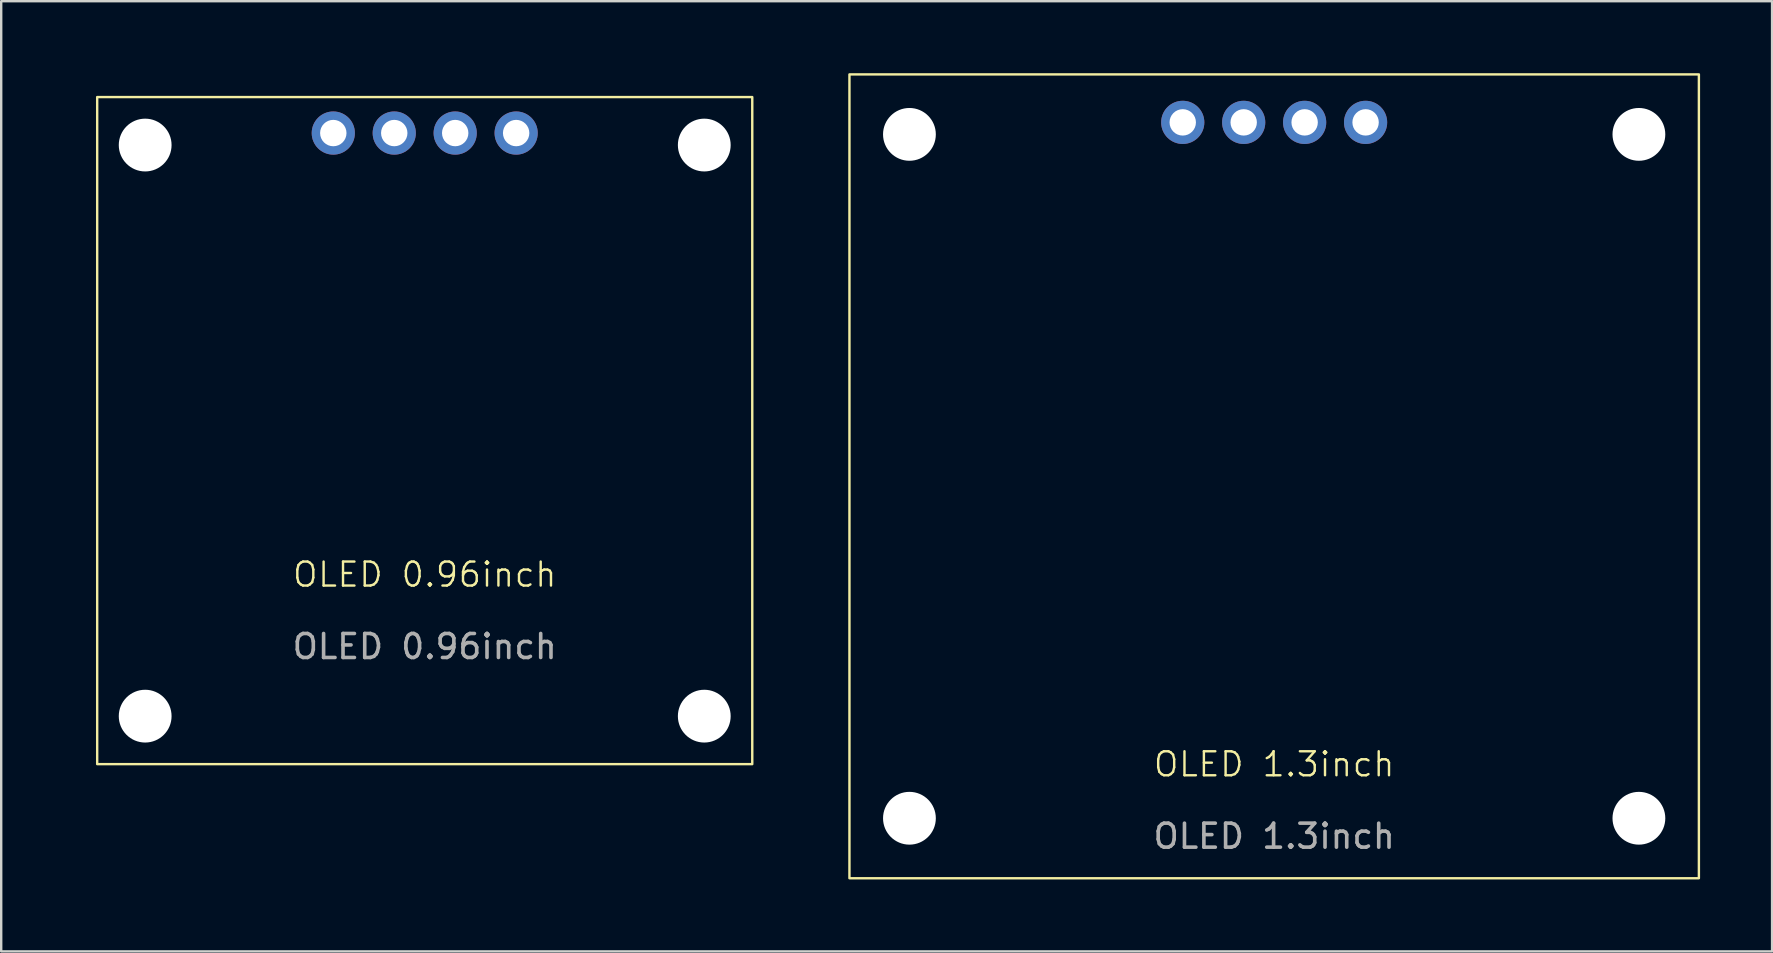
<source format=kicad_pcb>
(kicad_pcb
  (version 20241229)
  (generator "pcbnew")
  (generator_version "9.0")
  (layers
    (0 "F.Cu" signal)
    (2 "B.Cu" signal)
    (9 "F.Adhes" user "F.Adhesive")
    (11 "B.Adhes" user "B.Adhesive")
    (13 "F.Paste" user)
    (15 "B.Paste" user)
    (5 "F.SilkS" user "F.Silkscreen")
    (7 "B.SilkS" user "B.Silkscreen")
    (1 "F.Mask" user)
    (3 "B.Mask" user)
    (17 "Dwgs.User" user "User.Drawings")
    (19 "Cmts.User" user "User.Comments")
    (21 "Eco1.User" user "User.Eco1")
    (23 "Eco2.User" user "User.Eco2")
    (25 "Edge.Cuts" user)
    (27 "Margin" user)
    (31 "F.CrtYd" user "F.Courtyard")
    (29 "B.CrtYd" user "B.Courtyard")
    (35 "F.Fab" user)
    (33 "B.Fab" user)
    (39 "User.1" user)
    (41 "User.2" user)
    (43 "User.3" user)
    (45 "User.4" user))
  (footprint "OLED 0.96inch"
    (layer "F.Cu")
    (at 14.65 14.895)
    (property "Reference" "OLED 0.96inch" (at 0 6 0) (unlocked yes) (layer "F.SilkS") (effects (font (size 1 1) (thickness 0.1))))
    (attr through_hole)
    (fp_rect (start -13.65 -13.9) (end 13.65 13.9) (stroke (width 0.1) (type default)) (fill no) (layer "F.SilkS"))
    (fp_text user "${REFERENCE}" (at 0 9 0) (unlocked yes) (layer "F.Fab") (effects (font (size 1 1) (thickness 0.15))))
    (pad "" np_thru_hole circle (at -11.65 -11.9) (size 2.2 2.2) (drill 2.2) (layers "*.Cu" "*.Mask"))
    (pad "" np_thru_hole circle (at -11.65 11.9) (size 2.2 2.2) (drill 2.2) (layers "*.Cu" "*.Mask"))
    (pad "" np_thru_hole circle (at 11.65 -11.9) (size 2.2 2.2) (drill 2.2) (layers "*.Cu" "*.Mask"))
    (pad "" np_thru_hole circle (at 11.65 11.9) (size 2.2 2.2) (drill 2.2) (layers "*.Cu" "*.Mask"))
    (pad "1" thru_hole circle (at -3.81 -12.4) (size 1.8 1.8) (drill 1.1) (layers "*.Cu" "*.Mask"))
    (pad "2" thru_hole circle (at -1.27 -12.4) (size 1.8 1.8) (drill 1.1) (layers "*.Cu" "*.Mask"))
    (pad "3" thru_hole circle (at 1.27 -12.4) (size 1.8 1.8) (drill 1.1) (layers "*.Cu" "*.Mask"))
    (pad "4" thru_hole circle (at 3.81 -12.4) (size 1.8 1.8) (drill 1.1) (layers "*.Cu" "*.Mask"))
    (zone (net_name "") (layer "B.Cu") (hatch edge 0.5) (connect_pads) (min_thickness 0.25) (filled_areas_thickness no) (keepout (tracks not_allowed) (vias not_allowed) (pads not_allowed) (copperpour not_allowed) (footprints allowed)) (placement (enabled no)) (fill) (polygon (pts (xy 6 2.995) (xy 5.98 2.647) (xy 5.919 2.303) (xy 5.819 1.969) (xy 5.681 1.649) (xy 5.506 1.346) (xy 5.298 1.067) (xy 5.059 0.813) (xy 4.791 0.589) (xy 4.5 0.397) (xy 4.188 0.24) (xy 3.86 0.121) (xy 3.521 0.041) (xy 3.174 0) (xy 2.826 0) (xy 2.479 0.041) (xy 2.14 0.121) (xy 1.812 0.24) (xy 1.5 0.397) (xy 1.209 0.589) (xy 0.941 0.813) (xy 0.702 1.067) (xy 0.494 1.346) (xy 0.319 1.649) (xy 0.181 1.969) (xy 0.081 2.303) (xy 0.02 2.647) (xy 0 2.995) (xy 0.02 3.343) (xy 0.081 3.687) (xy 0.181 4.021) (xy 0.319 4.341) (xy 0.494 4.643) (xy 0.702 4.923) (xy 0.941 5.177) (xy 1.209 5.401) (xy 1.5 5.593) (xy 1.812 5.75) (xy 2.14 5.869) (xy 2.479 5.949) (xy 2.826 5.99) (xy 3.174 5.99) (xy 3.521 5.949) (xy 3.86 5.869) (xy 4.188 5.75) (xy 4.5 5.593) (xy 4.791 5.401) (xy 5.059 5.177) (xy 5.298 4.923) (xy 5.506 4.643) (xy 5.681 4.341) (xy 5.819 4.021) (xy 5.919 3.687) (xy 5.98 3.343))))
    (zone (net_name "") (layer "B.Cu") (hatch edge 0.5) (connect_pads) (min_thickness 0.25) (filled_areas_thickness no) (keepout (tracks not_allowed) (vias not_allowed) (pads not_allowed) (copperpour not_allowed) (footprints allowed)) (placement (enabled no)) (fill) (polygon (pts (xy 6 26.795) (xy 5.98 26.447) (xy 5.919 26.103) (xy 5.819 25.769) (xy 5.681 25.449) (xy 5.506 25.146) (xy 5.298 24.867) (xy 5.059 24.613) (xy 4.791 24.389) (xy 4.5 24.197) (xy 4.188 24.04) (xy 3.86 23.921) (xy 3.521 23.841) (xy 3.174 23.8) (xy 2.826 23.8) (xy 2.479 23.841) (xy 2.14 23.921) (xy 1.812 24.04) (xy 1.5 24.197) (xy 1.209 24.389) (xy 0.941 24.613) (xy 0.702 24.867) (xy 0.494 25.146) (xy 0.319 25.449) (xy 0.181 25.769) (xy 0.081 26.103) (xy 0.02 26.447) (xy 0 26.795) (xy 0.02 27.143) (xy 0.081 27.487) (xy 0.181 27.821) (xy 0.319 28.141) (xy 0.494 28.443) (xy 0.702 28.723) (xy 0.941 28.977) (xy 1.209 29.201) (xy 1.5 29.393) (xy 1.812 29.55) (xy 2.14 29.669) (xy 2.479 29.749) (xy 2.826 29.79) (xy 3.174 29.79) (xy 3.521 29.749) (xy 3.86 29.669) (xy 4.188 29.55) (xy 4.5 29.393) (xy 4.791 29.201) (xy 5.059 28.977) (xy 5.298 28.723) (xy 5.506 28.443) (xy 5.681 28.141) (xy 5.819 27.821) (xy 5.919 27.487) (xy 5.98 27.143))))
    (zone (net_name "") (layer "B.Cu") (hatch edge 0.5) (connect_pads) (min_thickness 0.25) (filled_areas_thickness no) (keepout (tracks not_allowed) (vias not_allowed) (pads not_allowed) (copperpour not_allowed) (footprints allowed)) (placement (enabled no)) (fill) (polygon (pts (xy 29.3 2.995) (xy 29.28 2.647) (xy 29.219 2.303) (xy 29.119 1.969) (xy 28.981 1.649) (xy 28.806 1.346) (xy 28.598 1.067) (xy 28.359 0.813) (xy 28.091 0.589) (xy 27.8 0.397) (xy 27.488 0.24) (xy 27.16 0.121) (xy 26.821 0.041) (xy 26.474 0) (xy 26.126 0) (xy 25.779 0.041) (xy 25.44 0.121) (xy 25.112 0.24) (xy 24.8 0.397) (xy 24.509 0.589) (xy 24.241 0.813) (xy 24.002 1.067) (xy 23.794 1.346) (xy 23.619 1.649) (xy 23.481 1.969) (xy 23.381 2.303) (xy 23.32 2.647) (xy 23.3 2.995) (xy 23.32 3.343) (xy 23.381 3.687) (xy 23.481 4.021) (xy 23.619 4.341) (xy 23.794 4.643) (xy 24.002 4.923) (xy 24.241 5.177) (xy 24.509 5.401) (xy 24.8 5.593) (xy 25.112 5.75) (xy 25.44 5.869) (xy 25.779 5.949) (xy 26.126 5.99) (xy 26.474 5.99) (xy 26.821 5.949) (xy 27.16 5.869) (xy 27.488 5.75) (xy 27.8 5.593) (xy 28.091 5.401) (xy 28.359 5.177) (xy 28.598 4.923) (xy 28.806 4.643) (xy 28.981 4.341) (xy 29.119 4.021) (xy 29.219 3.687) (xy 29.28 3.343))))
    (zone (net_name "") (layer "B.Cu") (hatch edge 0.5) (connect_pads) (min_thickness 0.25) (filled_areas_thickness no) (keepout (tracks not_allowed) (vias not_allowed) (pads not_allowed) (copperpour not_allowed) (footprints allowed)) (placement (enabled no)) (fill) (polygon (pts (xy 29.3 26.795) (xy 29.28 26.447) (xy 29.219 26.103) (xy 29.119 25.769) (xy 28.981 25.449) (xy 28.806 25.146) (xy 28.598 24.867) (xy 28.359 24.613) (xy 28.091 24.389) (xy 27.8 24.197) (xy 27.488 24.04) (xy 27.16 23.921) (xy 26.821 23.841) (xy 26.474 23.8) (xy 26.126 23.8) (xy 25.779 23.841) (xy 25.44 23.921) (xy 25.112 24.04) (xy 24.8 24.197) (xy 24.509 24.389) (xy 24.241 24.613) (xy 24.002 24.867) (xy 23.794 25.146) (xy 23.619 25.449) (xy 23.481 25.769) (xy 23.381 26.103) (xy 23.32 26.447) (xy 23.3 26.795) (xy 23.32 27.143) (xy 23.381 27.487) (xy 23.481 27.821) (xy 23.619 28.141) (xy 23.794 28.443) (xy 24.002 28.723) (xy 24.241 28.977) (xy 24.509 29.201) (xy 24.8 29.393) (xy 25.112 29.55) (xy 25.44 29.669) (xy 25.779 29.749) (xy 26.126 29.79) (xy 26.474 29.79) (xy 26.821 29.749) (xy 27.16 29.669) (xy 27.488 29.55) (xy 27.8 29.393) (xy 28.091 29.201) (xy 28.359 28.977) (xy 28.598 28.723) (xy 28.806 28.443) (xy 28.981 28.141) (xy 29.119 27.821) (xy 29.219 27.487) (xy 29.28 27.143)))))
  (footprint "OLED 1.3inch"
    (layer "F.Cu")
    (at 50.05 16.8)
    (property "Reference" "OLED 1.3inch" (at 0 12 0) (unlocked yes) (layer "F.SilkS") (effects (font (size 1 1) (thickness 0.1))))
    (attr through_hole)
    (fp_rect (start -17.7 -16.75) (end 17.7 16.75) (stroke (width 0.1) (type default)) (fill no) (layer "F.SilkS"))
    (fp_text user "${REFERENCE}" (at 0 15 0) (unlocked yes) (layer "F.Fab") (effects (font (size 1 1) (thickness 0.15))))
    (pad "" np_thru_hole circle (at -15.2 -14.25) (size 2.2 2.2) (drill 2.2) (layers "*.Cu" "*.Mask"))
    (pad "" np_thru_hole circle (at -15.2 14.25) (size 2.2 2.2) (drill 2.2) (layers "*.Cu" "*.Mask"))
    (pad "" np_thru_hole circle (at 15.2 -14.25) (size 2.2 2.2) (drill 2.2) (layers "*.Cu" "*.Mask"))
    (pad "" np_thru_hole circle (at 15.2 14.25) (size 2.2 2.2) (drill 2.2) (layers "*.Cu" "*.Mask"))
    (pad "1" thru_hole circle (at -3.81 -14.75) (size 1.8 1.8) (drill 1.1) (layers "*.Cu" "*.Mask"))
    (pad "2" thru_hole circle (at -1.27 -14.75) (size 1.8 1.8) (drill 1.1) (layers "*.Cu" "*.Mask"))
    (pad "3" thru_hole circle (at 1.27 -14.75) (size 1.8 1.8) (drill 1.1) (layers "*.Cu" "*.Mask"))
    (pad "4" thru_hole circle (at 3.81 -14.75) (size 1.8 1.8) (drill 1.1) (layers "*.Cu" "*.Mask")))
  (gr_rect
    (start -3 -3)
    (end 70.8 36.6)
    (stroke (width 0.1) (type default))
    (fill no)
    (layer "Edge.Cuts")))
</source>
